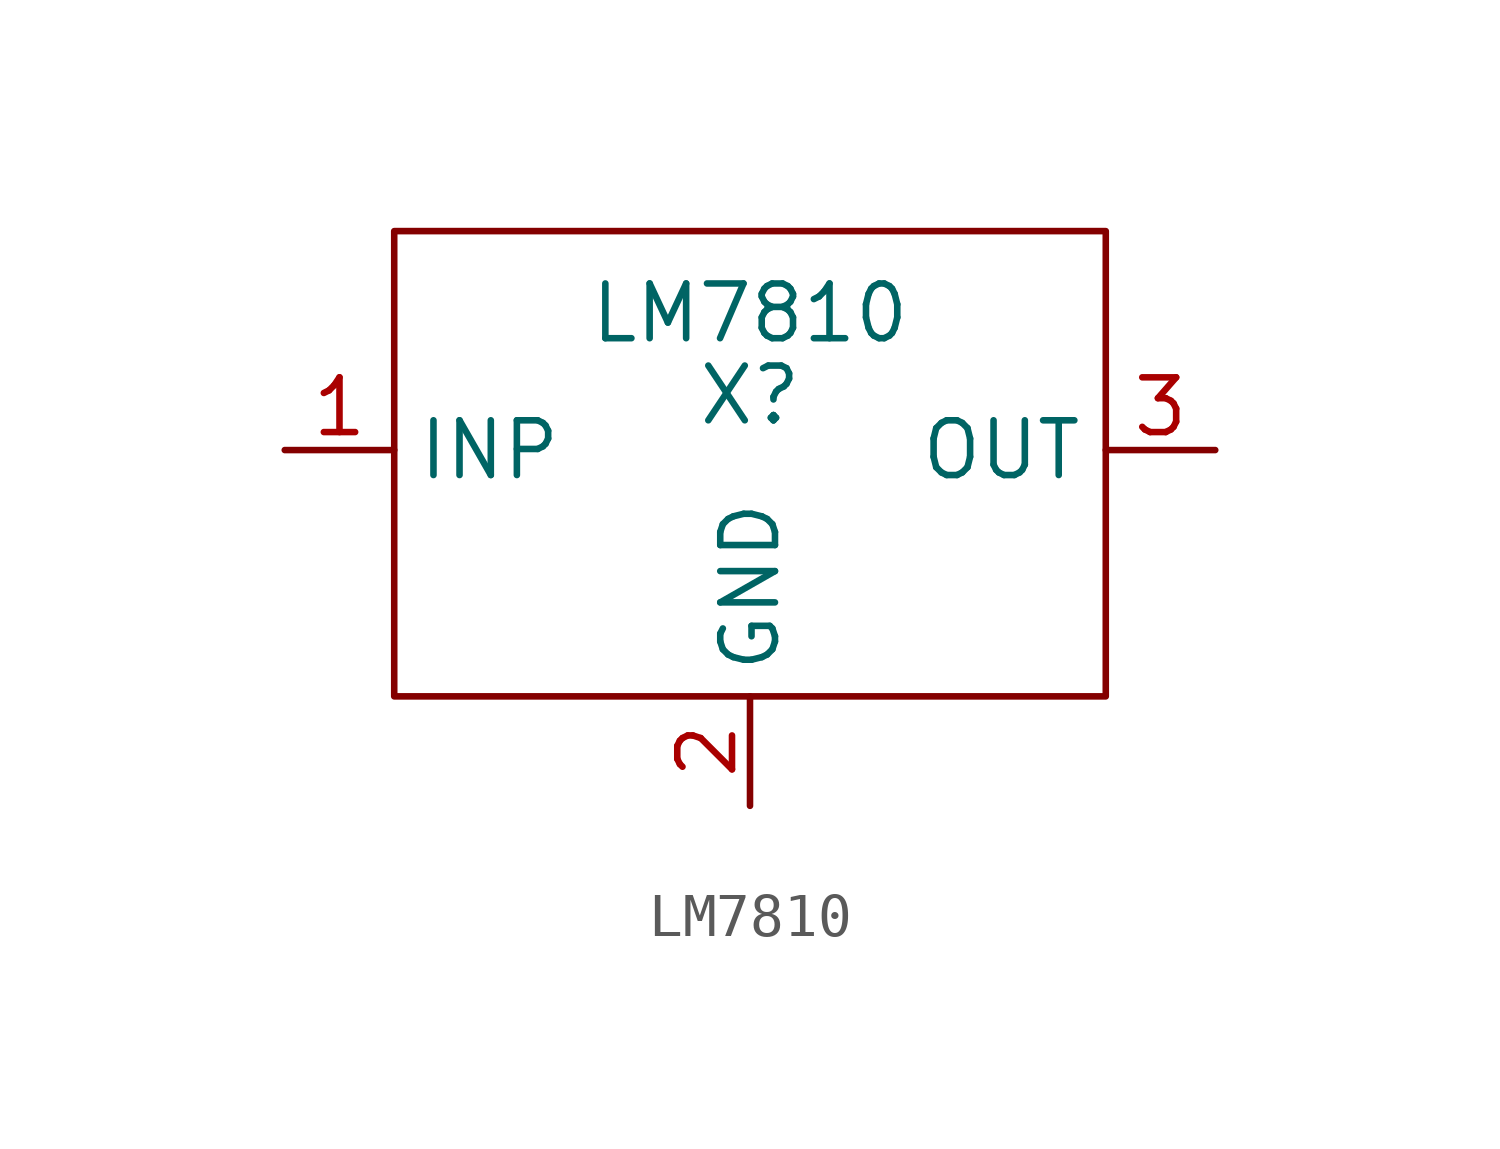
<source format=kicad_sym>
(kicad_symbol_lib
  (version 20211014)
  (generator kicad_symbol_editor)
  (symbol "LM7810"
    (property "Reference" "X"
      (at 0 1.27 0)
      (effects (font (size 1.27 1.27))))
    (property "Value" "LM7810"
      (at 0 3.175 0)
      (effects (font (size 1.27 1.27))))
    (symbol "LM7810_0_1"
      (rectangle (start -8.255 5.08) (end 8.255 -5.715) (stroke (width 0) (type default) (color 0 0 0 0)) (fill (type none))))
    (symbol "LM7810_1_1"
      (pin passive line (at -10.795 0 0) (length 2.54) (name "INP" (effects (font (size 1.27 1.27)))) (number "1" (effects (font (size 1.27 1.27)))))
      (pin passive line (at 0 -8.255 90) (length 2.54) (name "GND" (effects (font (size 1.27 1.27)))) (number "2" (effects (font (size 1.27 1.27)))))
      (pin passive line (at 10.795 0 180) (length 2.54) (name "OUT" (effects (font (size 1.27 1.27)))) (number "3" (effects (font (size 1.27 1.27))))))))
</source>
